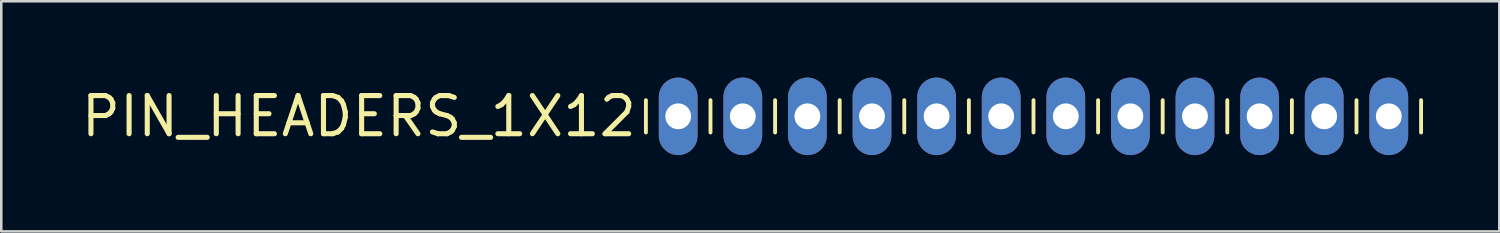
<source format=kicad_pcb>
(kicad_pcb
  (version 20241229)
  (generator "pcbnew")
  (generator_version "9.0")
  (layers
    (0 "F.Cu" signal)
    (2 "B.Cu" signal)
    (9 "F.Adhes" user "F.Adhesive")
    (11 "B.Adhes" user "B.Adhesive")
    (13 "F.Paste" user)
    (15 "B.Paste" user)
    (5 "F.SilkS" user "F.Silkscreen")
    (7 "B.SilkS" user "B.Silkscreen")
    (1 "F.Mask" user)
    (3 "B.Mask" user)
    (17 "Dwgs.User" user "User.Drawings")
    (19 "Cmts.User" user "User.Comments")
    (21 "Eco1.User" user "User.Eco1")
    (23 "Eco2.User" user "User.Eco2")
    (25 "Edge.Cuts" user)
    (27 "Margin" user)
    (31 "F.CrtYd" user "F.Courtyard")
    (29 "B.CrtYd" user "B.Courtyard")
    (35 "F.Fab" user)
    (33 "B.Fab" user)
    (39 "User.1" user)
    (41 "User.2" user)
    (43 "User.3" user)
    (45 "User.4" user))
  (footprint "PIN_HEADERS_1X12"
    (layer "F.Cu")
    (at 37.586 1.524)
    (property "Reference" "PIN_HEADERS_1X12" (at -15.5 0 0) (unlocked yes) (layer "F.SilkS") (effects (font (size 1.5 1.5) (thickness 0.2)) (justify right)))
    (fp_line (start -15.24 -0.635) (end -15.24 0.635) (stroke (width 0.152) (type solid)) (layer "F.SilkS"))
    (fp_line (start -12.7 -0.635) (end -12.7 0.635) (stroke (width 0.152) (type solid)) (layer "F.SilkS"))
    (fp_line (start -10.16 -0.635) (end -10.16 0.635) (stroke (width 0.152) (type solid)) (layer "F.SilkS"))
    (fp_line (start -7.62 -0.635) (end -7.62 0.635) (stroke (width 0.152) (type solid)) (layer "F.SilkS"))
    (fp_line (start -5.08 -0.635) (end -5.08 0.635) (stroke (width 0.152) (type solid)) (layer "F.SilkS"))
    (fp_line (start -2.54 -0.635) (end -2.54 0.635) (stroke (width 0.152) (type solid)) (layer "F.SilkS"))
    (fp_line (start 0 -0.635) (end 0 0.635) (stroke (width 0.152) (type solid)) (layer "F.SilkS"))
    (fp_line (start 2.54 -0.635) (end 2.54 0.635) (stroke (width 0.152) (type solid)) (layer "F.SilkS"))
    (fp_line (start 5.08 -0.635) (end 5.08 0.635) (stroke (width 0.152) (type solid)) (layer "F.SilkS"))
    (fp_line (start 7.62 -0.635) (end 7.62 0.635) (stroke (width 0.152) (type solid)) (layer "F.SilkS"))
    (fp_line (start 10.16 -0.635) (end 10.16 0.635) (stroke (width 0.152) (type solid)) (layer "F.SilkS"))
    (fp_line (start 12.7 -0.635) (end 12.7 0.635) (stroke (width 0.152) (type solid)) (layer "F.SilkS"))
    (fp_line (start 15.24 -0.635) (end 15.24 0.635) (stroke (width 0.152) (type solid)) (layer "F.SilkS"))
    (fp_line (start -15.24 0.635) (end -14.605 1.27) (stroke (width 0.152) (type solid)) (layer "F.Paste"))
    (fp_line (start -14.605 -1.27) (end -15.24 -0.635) (stroke (width 0.152) (type solid)) (layer "F.Paste"))
    (fp_line (start -14.605 -1.27) (end -13.335 -1.27) (stroke (width 0.152) (type solid)) (layer "F.Paste"))
    (fp_line (start -13.335 -1.27) (end -12.7 -0.635) (stroke (width 0.152) (type solid)) (layer "F.Paste"))
    (fp_line (start -13.335 1.27) (end -14.605 1.27) (stroke (width 0.152) (type solid)) (layer "F.Paste"))
    (fp_line (start -12.7 -0.635) (end -12.065 -1.27) (stroke (width 0.152) (type solid)) (layer "F.Paste"))
    (fp_line (start -12.7 0.635) (end -13.335 1.27) (stroke (width 0.152) (type solid)) (layer "F.Paste"))
    (fp_line (start -12.065 -1.27) (end -10.795 -1.27) (stroke (width 0.152) (type solid)) (layer "F.Paste"))
    (fp_line (start -12.065 1.27) (end -12.7 0.635) (stroke (width 0.152) (type solid)) (layer "F.Paste"))
    (fp_line (start -10.795 -1.27) (end -10.16 -0.635) (stroke (width 0.152) (type solid)) (layer "F.Paste"))
    (fp_line (start -10.795 1.27) (end -12.065 1.27) (stroke (width 0.152) (type solid)) (layer "F.Paste"))
    (fp_line (start -10.16 -0.635) (end -9.525 -1.27) (stroke (width 0.152) (type solid)) (layer "F.Paste"))
    (fp_line (start -10.16 0.635) (end -10.795 1.27) (stroke (width 0.152) (type solid)) (layer "F.Paste"))
    (fp_line (start -9.525 -1.27) (end -8.255 -1.27) (stroke (width 0.152) (type solid)) (layer "F.Paste"))
    (fp_line (start -9.525 1.27) (end -10.16 0.635) (stroke (width 0.152) (type solid)) (layer "F.Paste"))
    (fp_line (start -8.255 -1.27) (end -7.62 -0.635) (stroke (width 0.152) (type solid)) (layer "F.Paste"))
    (fp_line (start -8.255 1.27) (end -9.525 1.27) (stroke (width 0.152) (type solid)) (layer "F.Paste"))
    (fp_line (start -7.62 0.635) (end -8.255 1.27) (stroke (width 0.152) (type solid)) (layer "F.Paste"))
    (fp_line (start -7.62 0.635) (end -6.985 1.27) (stroke (width 0.152) (type solid)) (layer "F.Paste"))
    (fp_line (start -6.985 -1.27) (end -7.62 -0.635) (stroke (width 0.152) (type solid)) (layer "F.Paste"))
    (fp_line (start -6.985 -1.27) (end -5.715 -1.27) (stroke (width 0.152) (type solid)) (layer "F.Paste"))
    (fp_line (start -5.715 -1.27) (end -5.08 -0.635) (stroke (width 0.152) (type solid)) (layer "F.Paste"))
    (fp_line (start -5.715 1.27) (end -6.985 1.27) (stroke (width 0.152) (type solid)) (layer "F.Paste"))
    (fp_line (start -5.08 -0.635) (end -4.445 -1.27) (stroke (width 0.152) (type solid)) (layer "F.Paste"))
    (fp_line (start -5.08 0.635) (end -5.715 1.27) (stroke (width 0.152) (type solid)) (layer "F.Paste"))
    (fp_line (start -4.445 -1.27) (end -3.175 -1.27) (stroke (width 0.152) (type solid)) (layer "F.Paste"))
    (fp_line (start -4.445 1.27) (end -5.08 0.635) (stroke (width 0.152) (type solid)) (layer "F.Paste"))
    (fp_line (start -3.175 -1.27) (end -2.54 -0.635) (stroke (width 0.152) (type solid)) (layer "F.Paste"))
    (fp_line (start -3.175 1.27) (end -4.445 1.27) (stroke (width 0.152) (type solid)) (layer "F.Paste"))
    (fp_line (start -2.54 -0.635) (end -1.905 -1.27) (stroke (width 0.152) (type solid)) (layer "F.Paste"))
    (fp_line (start -2.54 0.635) (end -3.175 1.27) (stroke (width 0.152) (type solid)) (layer "F.Paste"))
    (fp_line (start -1.905 -1.27) (end -0.635 -1.27) (stroke (width 0.152) (type solid)) (layer "F.Paste"))
    (fp_line (start -1.905 1.27) (end -2.54 0.635) (stroke (width 0.152) (type solid)) (layer "F.Paste"))
    (fp_line (start -0.635 -1.27) (end 0 -0.635) (stroke (width 0.152) (type solid)) (layer "F.Paste"))
    (fp_line (start -0.635 1.27) (end -1.905 1.27) (stroke (width 0.152) (type solid)) (layer "F.Paste"))
    (fp_line (start 0 0.635) (end -0.635 1.27) (stroke (width 0.152) (type solid)) (layer "F.Paste"))
    (fp_line (start 0 0.635) (end 0.635 1.27) (stroke (width 0.152) (type solid)) (layer "F.Paste"))
    (fp_line (start 0.635 -1.27) (end 0 -0.635) (stroke (width 0.152) (type solid)) (layer "F.Paste"))
    (fp_line (start 0.635 -1.27) (end 1.905 -1.27) (stroke (width 0.152) (type solid)) (layer "F.Paste"))
    (fp_line (start 1.905 -1.27) (end 2.54 -0.635) (stroke (width 0.152) (type solid)) (layer "F.Paste"))
    (fp_line (start 1.905 1.27) (end 0.635 1.27) (stroke (width 0.152) (type solid)) (layer "F.Paste"))
    (fp_line (start 2.54 -0.635) (end 3.175 -1.27) (stroke (width 0.152) (type solid)) (layer "F.Paste"))
    (fp_line (start 2.54 0.635) (end 1.905 1.27) (stroke (width 0.152) (type solid)) (layer "F.Paste"))
    (fp_line (start 3.175 -1.27) (end 4.445 -1.27) (stroke (width 0.152) (type solid)) (layer "F.Paste"))
    (fp_line (start 3.175 1.27) (end 2.54 0.635) (stroke (width 0.152) (type solid)) (layer "F.Paste"))
    (fp_line (start 4.445 -1.27) (end 5.08 -0.635) (stroke (width 0.152) (type solid)) (layer "F.Paste"))
    (fp_line (start 4.445 1.27) (end 3.175 1.27) (stroke (width 0.152) (type solid)) (layer "F.Paste"))
    (fp_line (start 5.08 -0.635) (end 5.715 -1.27) (stroke (width 0.152) (type solid)) (layer "F.Paste"))
    (fp_line (start 5.08 0.635) (end 4.445 1.27) (stroke (width 0.152) (type solid)) (layer "F.Paste"))
    (fp_line (start 5.715 -1.27) (end 6.985 -1.27) (stroke (width 0.152) (type solid)) (layer "F.Paste"))
    (fp_line (start 5.715 1.27) (end 5.08 0.635) (stroke (width 0.152) (type solid)) (layer "F.Paste"))
    (fp_line (start 6.985 -1.27) (end 7.62 -0.635) (stroke (width 0.152) (type solid)) (layer "F.Paste"))
    (fp_line (start 6.985 1.27) (end 5.715 1.27) (stroke (width 0.152) (type solid)) (layer "F.Paste"))
    (fp_line (start 7.62 0.635) (end 6.985 1.27) (stroke (width 0.152) (type solid)) (layer "F.Paste"))
    (fp_line (start 7.62 0.635) (end 8.255 1.27) (stroke (width 0.152) (type solid)) (layer "F.Paste"))
    (fp_line (start 8.255 -1.27) (end 7.62 -0.635) (stroke (width 0.152) (type solid)) (layer "F.Paste"))
    (fp_line (start 8.255 -1.27) (end 9.525 -1.27) (stroke (width 0.152) (type solid)) (layer "F.Paste"))
    (fp_line (start 9.525 -1.27) (end 10.16 -0.635) (stroke (width 0.152) (type solid)) (layer "F.Paste"))
    (fp_line (start 9.525 1.27) (end 8.255 1.27) (stroke (width 0.152) (type solid)) (layer "F.Paste"))
    (fp_line (start 10.16 -0.635) (end 10.795 -1.27) (stroke (width 0.152) (type solid)) (layer "F.Paste"))
    (fp_line (start 10.16 0.635) (end 9.525 1.27) (stroke (width 0.152) (type solid)) (layer "F.Paste"))
    (fp_line (start 10.795 -1.27) (end 12.065 -1.27) (stroke (width 0.152) (type solid)) (layer "F.Paste"))
    (fp_line (start 10.795 1.27) (end 10.16 0.635) (stroke (width 0.152) (type solid)) (layer "F.Paste"))
    (fp_line (start 12.065 -1.27) (end 12.7 -0.635) (stroke (width 0.152) (type solid)) (layer "F.Paste"))
    (fp_line (start 12.065 1.27) (end 10.795 1.27) (stroke (width 0.152) (type solid)) (layer "F.Paste"))
    (fp_line (start 12.7 -0.635) (end 13.335 -1.27) (stroke (width 0.152) (type solid)) (layer "F.Paste"))
    (fp_line (start 12.7 0.635) (end 12.065 1.27) (stroke (width 0.152) (type solid)) (layer "F.Paste"))
    (fp_line (start 13.335 -1.27) (end 14.605 -1.27) (stroke (width 0.152) (type solid)) (layer "F.Paste"))
    (fp_line (start 13.335 1.27) (end 12.7 0.635) (stroke (width 0.152) (type solid)) (layer "F.Paste"))
    (fp_line (start 14.605 -1.27) (end 15.24 -0.635) (stroke (width 0.152) (type solid)) (layer "F.Paste"))
    (fp_line (start 14.605 1.27) (end 13.335 1.27) (stroke (width 0.152) (type solid)) (layer "F.Paste"))
    (fp_line (start 15.24 0.635) (end 14.605 1.27) (stroke (width 0.152) (type solid)) (layer "F.Paste"))
    (fp_poly (pts (xy -14.224 0.254) (xy -13.716 0.254) (xy -13.716 -0.254) (xy -14.224 -0.254)) (stroke (width 0.1) (type default)) (fill no) (layer "F.Fab"))
    (fp_poly (pts (xy -11.684 0.254) (xy -11.176 0.254) (xy -11.176 -0.254) (xy -11.684 -0.254)) (stroke (width 0.1) (type default)) (fill no) (layer "F.Fab"))
    (fp_poly (pts (xy -9.144 0.254) (xy -8.636 0.254) (xy -8.636 -0.254) (xy -9.144 -0.254)) (stroke (width 0.1) (type default)) (fill no) (layer "F.Fab"))
    (fp_poly (pts (xy -6.604 0.254) (xy -6.096 0.254) (xy -6.096 -0.254) (xy -6.604 -0.254)) (stroke (width 0.1) (type default)) (fill no) (layer "F.Fab"))
    (fp_poly (pts (xy -4.064 0.254) (xy -3.556 0.254) (xy -3.556 -0.254) (xy -4.064 -0.254)) (stroke (width 0.1) (type default)) (fill no) (layer "F.Fab"))
    (fp_poly (pts (xy -1.524 0.254) (xy -1.016 0.254) (xy -1.016 -0.254) (xy -1.524 -0.254)) (stroke (width 0.1) (type default)) (fill no) (layer "F.Fab"))
    (fp_poly (pts (xy 1.016 0.254) (xy 1.524 0.254) (xy 1.524 -0.254) (xy 1.016 -0.254)) (stroke (width 0.1) (type default)) (fill no) (layer "F.Fab"))
    (fp_poly (pts (xy 3.556 0.254) (xy 4.064 0.254) (xy 4.064 -0.254) (xy 3.556 -0.254)) (stroke (width 0.1) (type default)) (fill no) (layer "F.Fab"))
    (fp_poly (pts (xy 6.096 0.254) (xy 6.604 0.254) (xy 6.604 -0.254) (xy 6.096 -0.254)) (stroke (width 0.1) (type default)) (fill no) (layer "F.Fab"))
    (fp_poly (pts (xy 8.636 0.254) (xy 9.144 0.254) (xy 9.144 -0.254) (xy 8.636 -0.254)) (stroke (width 0.1) (type default)) (fill no) (layer "F.Fab"))
    (fp_poly (pts (xy 11.176 0.254) (xy 11.684 0.254) (xy 11.684 -0.254) (xy 11.176 -0.254)) (stroke (width 0.1) (type default)) (fill no) (layer "F.Fab"))
    (fp_poly (pts (xy 13.716 0.254) (xy 14.224 0.254) (xy 14.224 -0.254) (xy 13.716 -0.254)) (stroke (width 0.1) (type default)) (fill no) (layer "F.Fab"))
    (pad "1" thru_hole oval (at -13.97 0 90) (size 3.048 1.524) (drill 1.016) (layers "*.Cu" "*.Mask"))
    (pad "2" thru_hole oval (at -11.43 0 90) (size 3.048 1.524) (drill 1.016) (layers "*.Cu" "*.Mask"))
    (pad "3" thru_hole oval (at -8.89 0 90) (size 3.048 1.524) (drill 1.016) (layers "*.Cu" "*.Mask"))
    (pad "4" thru_hole oval (at -6.35 0 90) (size 3.048 1.524) (drill 1.016) (layers "*.Cu" "*.Mask"))
    (pad "5" thru_hole oval (at -3.81 0 90) (size 3.048 1.524) (drill 1.016) (layers "*.Cu" "*.Mask"))
    (pad "6" thru_hole oval (at -1.27 0 90) (size 3.048 1.524) (drill 1.016) (layers "*.Cu" "*.Mask"))
    (pad "7" thru_hole oval (at 1.27 0 90) (size 3.048 1.524) (drill 1.016) (layers "*.Cu" "*.Mask"))
    (pad "8" thru_hole oval (at 3.81 0 90) (size 3.048 1.524) (drill 1.016) (layers "*.Cu" "*.Mask"))
    (pad "9" thru_hole oval (at 6.35 0 90) (size 3.048 1.524) (drill 1.016) (layers "*.Cu" "*.Mask"))
    (pad "10" thru_hole oval (at 8.89 0 90) (size 3.048 1.524) (drill 1.016) (layers "*.Cu" "*.Mask"))
    (pad "11" thru_hole oval (at 11.43 0 90) (size 3.048 1.524) (drill 1.016) (layers "*.Cu" "*.Mask"))
    (pad "12" thru_hole oval (at 13.97 0 90) (size 3.048 1.524) (drill 1.016) (layers "*.Cu" "*.Mask")))
  (gr_rect
    (start -3 -3)
    (end 55.902 6.048)
    (stroke (width 0.1) (type default))
    (fill no)
    (layer "Edge.Cuts")))
</source>
